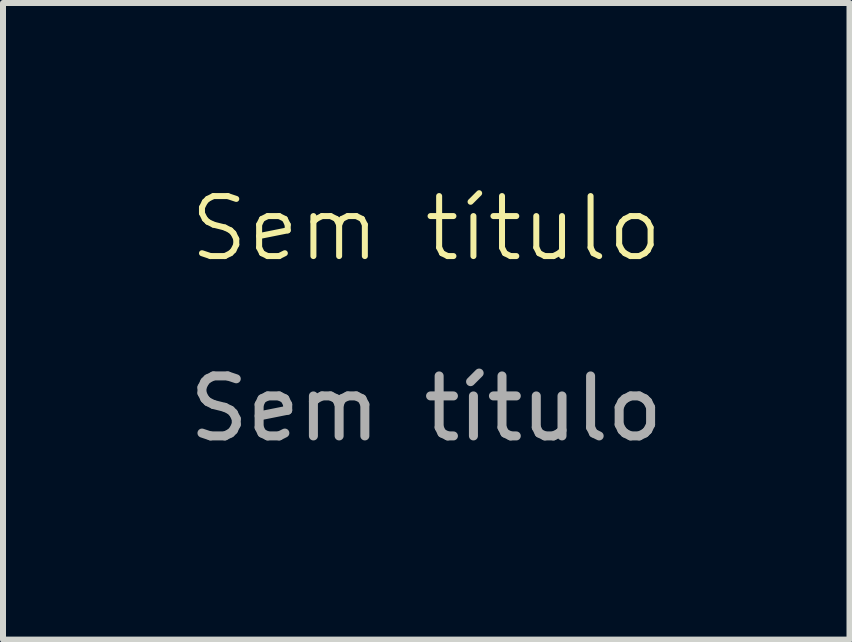
<source format=kicad_pcb>
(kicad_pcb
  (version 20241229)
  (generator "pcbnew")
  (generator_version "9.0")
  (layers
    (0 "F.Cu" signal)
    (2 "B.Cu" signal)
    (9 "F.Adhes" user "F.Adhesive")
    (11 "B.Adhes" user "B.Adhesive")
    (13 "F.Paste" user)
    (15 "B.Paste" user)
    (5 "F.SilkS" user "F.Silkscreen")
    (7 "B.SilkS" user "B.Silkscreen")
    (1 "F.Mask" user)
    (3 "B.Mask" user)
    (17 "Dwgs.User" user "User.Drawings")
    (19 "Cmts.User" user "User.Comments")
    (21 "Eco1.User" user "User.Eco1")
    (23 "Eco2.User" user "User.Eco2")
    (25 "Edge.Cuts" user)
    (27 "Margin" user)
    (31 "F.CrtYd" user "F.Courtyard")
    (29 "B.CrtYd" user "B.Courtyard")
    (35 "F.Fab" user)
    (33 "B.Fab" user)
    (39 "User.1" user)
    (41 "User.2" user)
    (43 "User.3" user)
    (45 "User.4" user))
  (footprint "Sem título"
    (layer "F.Cu")
    (at 4.054 1.26)
    (property "Reference" "Sem título" (at 0 -0.5 0) (unlocked yes) (layer "F.SilkS") (effects (font (size 1 1) (thickness 0.1))))
    (attr smd)
    (fp_text user "${REFERENCE}" (at 0 2.5 0) (unlocked yes) (layer "F.Fab") (effects (font (size 1 1) (thickness 0.15)))))
  (gr_rect
    (start -3 -3)
    (end 11.107 7.609)
    (stroke (width 0.1) (type default))
    (fill no)
    (layer "Edge.Cuts")))
</source>
